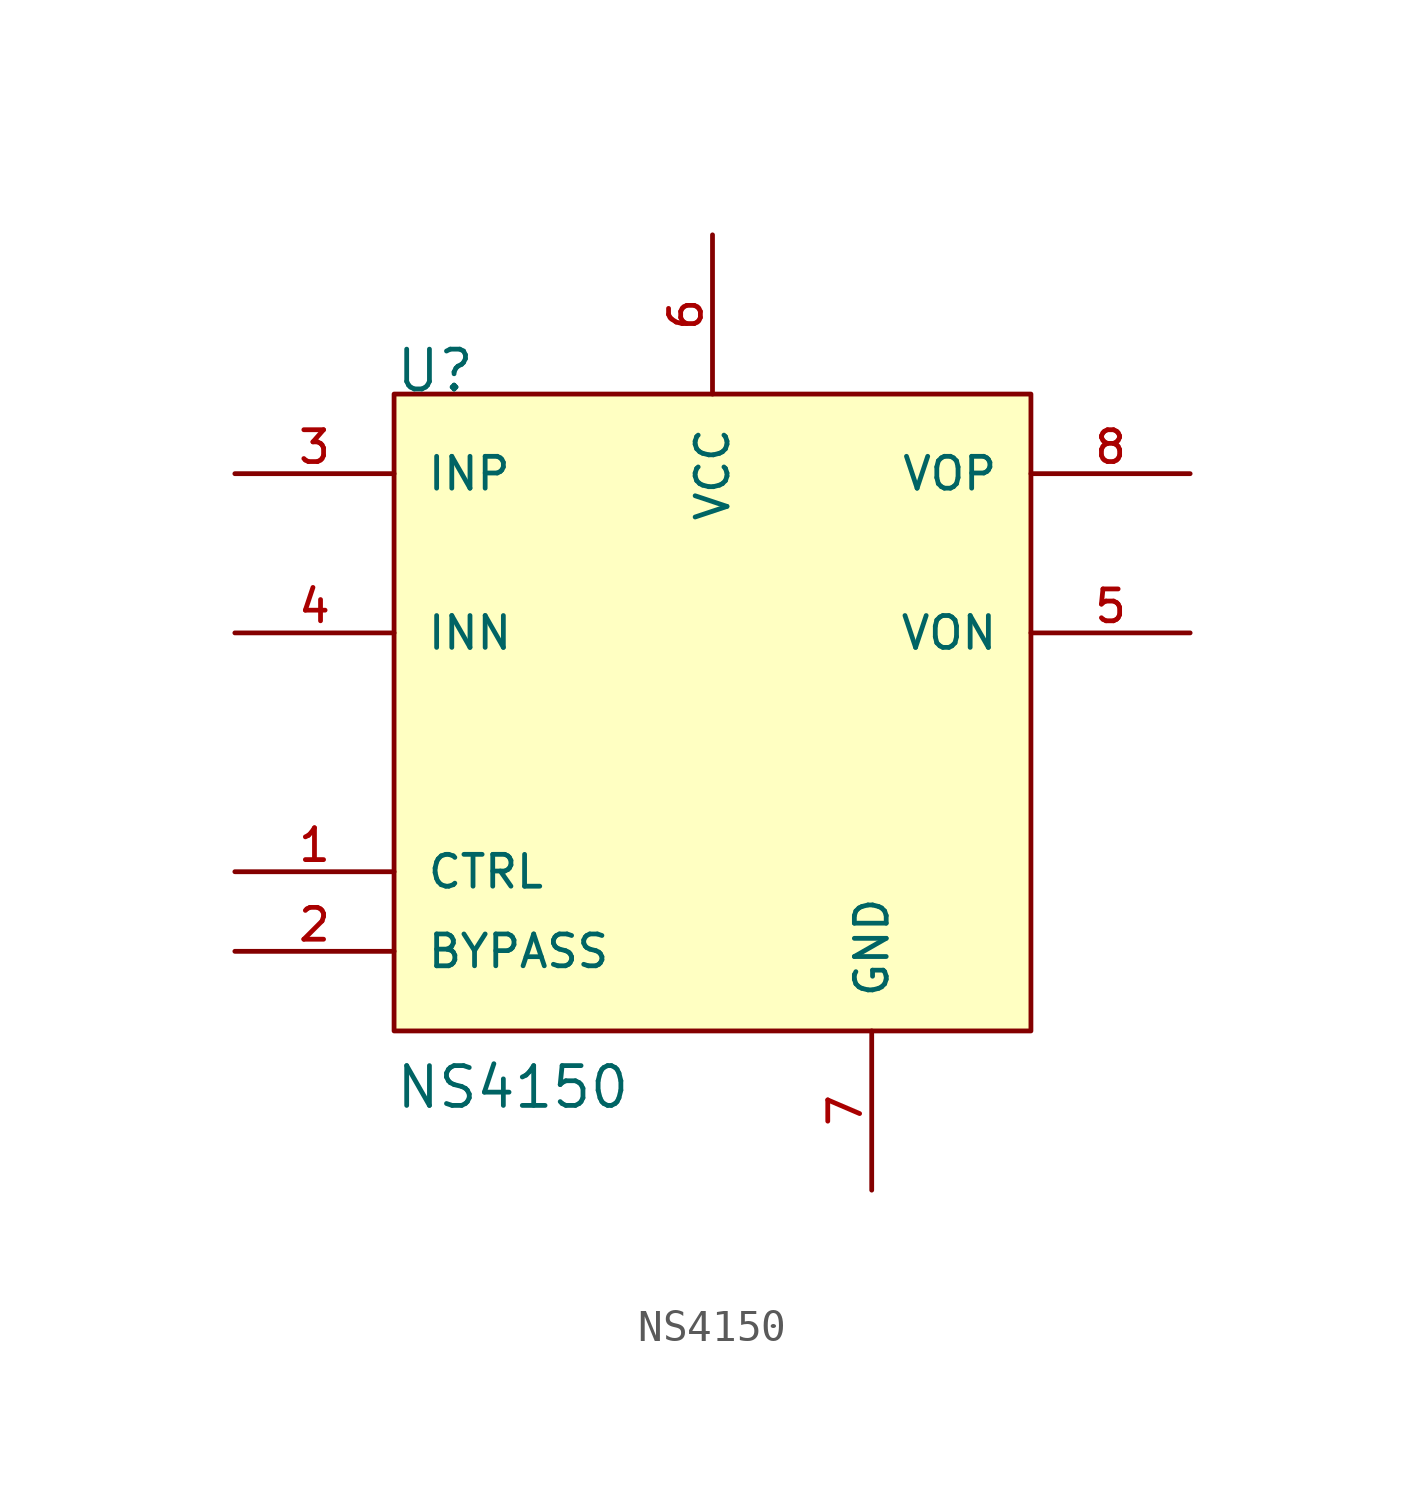
<source format=kicad_sym>
(kicad_symbol_lib
  (version 20231120)
  (generator "kicad_symbol_editor")
  (generator_version "8.0")
  (symbol "NS4150"
    (pin_names
      (offset 1.016))
    (property "Reference" "U"
      (at -10.16 10.16 0)
      (effects (font (size 1.27 1.27)) (justify left bottom)))
    (property "Value" "NS4150"
      (at -10.16 -12.7 0)
      (effects (font (size 1.27 1.27)) (justify left bottom)))
    (symbol "NS4150_0_0"
      (rectangle (start -10.16 10.16) (end 10.16 -10.16) (stroke (width 0.152) (type default)) (fill (type background)))
      (pin bidirectional line (at -15.24 -5.08 0) (length 5.08) (name "CTRL" (effects (font (size 1.016 1.016)))) (number "1" (effects (font (size 1.016 1.016)))))
      (pin bidirectional line (at -15.24 -7.62 0) (length 5.08) (name "BYPASS" (effects (font (size 1.016 1.016)))) (number "2" (effects (font (size 1.016 1.016)))))
      (pin bidirectional line (at -15.24 7.62 0) (length 5.08) (name "INP" (effects (font (size 1.016 1.016)))) (number "3" (effects (font (size 1.016 1.016)))))
      (pin bidirectional line (at -15.24 2.54 0) (length 5.08) (name "INN" (effects (font (size 1.016 1.016)))) (number "4" (effects (font (size 1.016 1.016)))))
      (pin bidirectional line (at 15.24 2.54 180) (length 5.08) (name "VON" (effects (font (size 1.016 1.016)))) (number "5" (effects (font (size 1.016 1.016)))))
      (pin bidirectional line (at 0 15.24 270) (length 5.08) (name "VCC" (effects (font (size 1.016 1.016)))) (number "6" (effects (font (size 1.016 1.016)))))
      (pin bidirectional line (at 5.08 -15.24 90) (length 5.08) (name "GND" (effects (font (size 1.016 1.016)))) (number "7" (effects (font (size 1.016 1.016)))))
      (pin bidirectional line (at 15.24 7.62 180) (length 5.08) (name "VOP" (effects (font (size 1.016 1.016)))) (number "8" (effects (font (size 1.016 1.016))))))))
</source>
